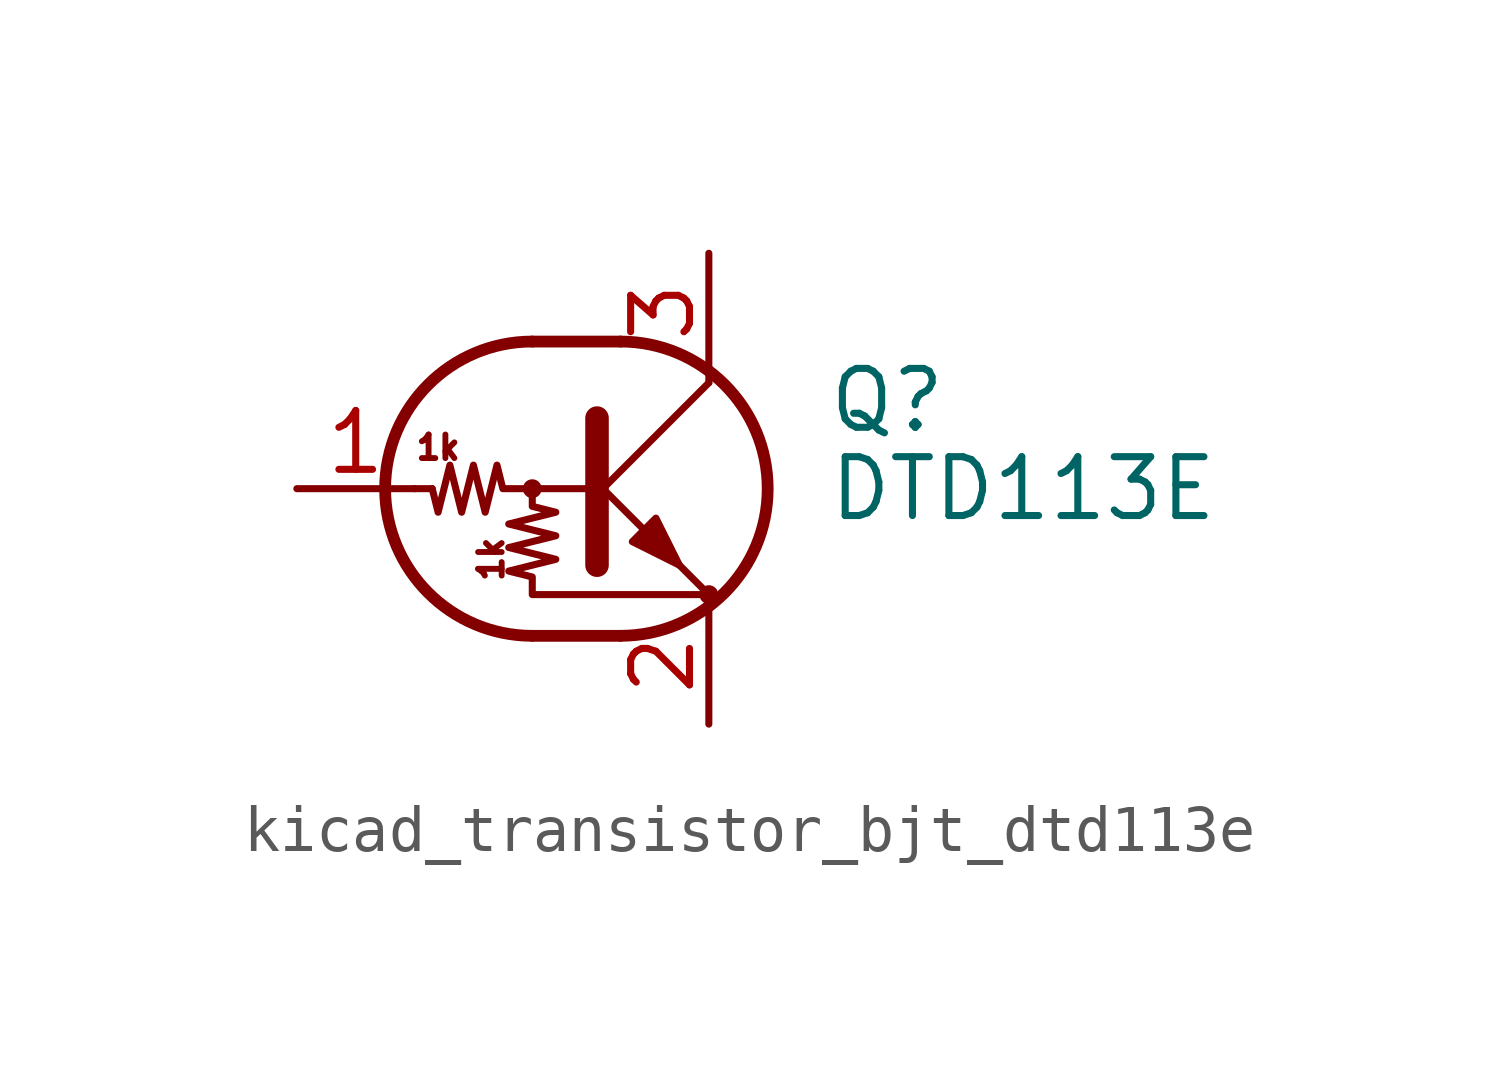
<source format=kicad_sym>
(kicad_symbol_lib
  (version 20220914)
  (generator kicad_symbol_editor)
  (symbol "kicad_transistor_bjt_dtd113e"
    (pin_names
      (offset 0) hide)
    (property "Reference" "Q"
      (at 5.08 1.905 0)
      (effects (font (size 1.27 1.27)) (justify left)))
    (property "Value" "DTD113E"
      (at 5.08 0 0)
      (effects (font (size 1.27 1.27)) (justify left)))
    (symbol "kicad_transistor_bjt_dtd113e_0_0"
      (text "1k" (at -3.302 0.889 0) (effects (font (size 0.508 0.508))))
      (text "1k" (at -2.159 -1.524 900) (effects (font (size 0.508 0.508)))))
    (symbol "kicad_transistor_bjt_dtd113e_0_1"
      (circle (center -1.27 0) (radius 0.127) (stroke (width 0) (type default)) (fill (type none)))
      (arc (start -1.27 3.175) (mid -4.4312 0) (end -1.27 -3.175) (stroke (width 0.254) (type default)) (fill (type none)))
      (polyline (pts (xy -3.429 0) (xy -3.81 0)) (stroke (width 0) (type default)) (fill (type none)))
      (polyline (pts (xy -1.27 -3.175) (xy 0.635 -3.175)) (stroke (width 0.254) (type default)) (fill (type none)))
      (polyline (pts (xy -1.27 3.175) (xy 0.635 3.175)) (stroke (width 0.254) (type default)) (fill (type none)))
      (polyline (pts (xy 0 -0.254) (xy 2.54 2.286)) (stroke (width 0) (type default)) (fill (type none)))
      (polyline (pts (xy 0.127 1.524) (xy 0.127 -1.651)) (stroke (width 0.508) (type default)) (fill (type outline)))
      (polyline (pts (xy 2.54 2.286) (xy 2.54 2.54)) (stroke (width 0) (type default)) (fill (type none)))
      (polyline (pts (xy 2.54 -2.286) (xy 0 0.254) (xy 0 0.254)) (stroke (width 0) (type default)) (fill (type none)))
      (polyline (pts (xy 0.889 -1.143) (xy 1.397 -0.635) (xy 1.905 -1.651) (xy 0.889 -1.143)) (stroke (width 0) (type default)) (fill (type outline)))
      (polyline (pts (xy 0 0) (xy -1.905 0) (xy -2.032 0.508) (xy -2.286 -0.508) (xy -2.54 0.508) (xy -2.794 -0.508) (xy -3.048 0.508) (xy -3.302 -0.508) (xy -3.429 0)) (stroke (width 0) (type default)) (fill (type none)))
      (polyline (pts (xy -1.27 0) (xy -1.27 -0.381) (xy -0.762 -0.508) (xy -1.778 -0.762) (xy -0.762 -1.016) (xy -1.778 -1.27) (xy -0.762 -1.524) (xy -1.778 -1.778) (xy -1.27 -1.905) (xy -1.27 -2.286) (xy 2.54 -2.286)) (stroke (width 0) (type default)) (fill (type none)))
      (arc (start 0.635 -3.175) (mid 3.7962 0) (end 0.635 3.175) (stroke (width 0.254) (type default)) (fill (type none)))
      (circle (center 2.54 -2.286) (radius 0.127) (stroke (width 0) (type default)) (fill (type none))))
    (symbol "kicad_transistor_bjt_dtd113e_1_1"
      (pin input line (at -6.35 0 0) (length 2.54) (name "B" (effects (font (size 1.27 1.27)))) (number "1" (effects (font (size 1.27 1.27)))))
      (pin passive line (at 2.54 -5.08 90) (length 2.54) (name "E" (effects (font (size 1.27 1.27)))) (number "2" (effects (font (size 1.27 1.27)))))
      (pin passive line (at 2.54 5.08 270) (length 2.54) (name "C" (effects (font (size 1.27 1.27)))) (number "3" (effects (font (size 1.27 1.27))))))))
</source>
